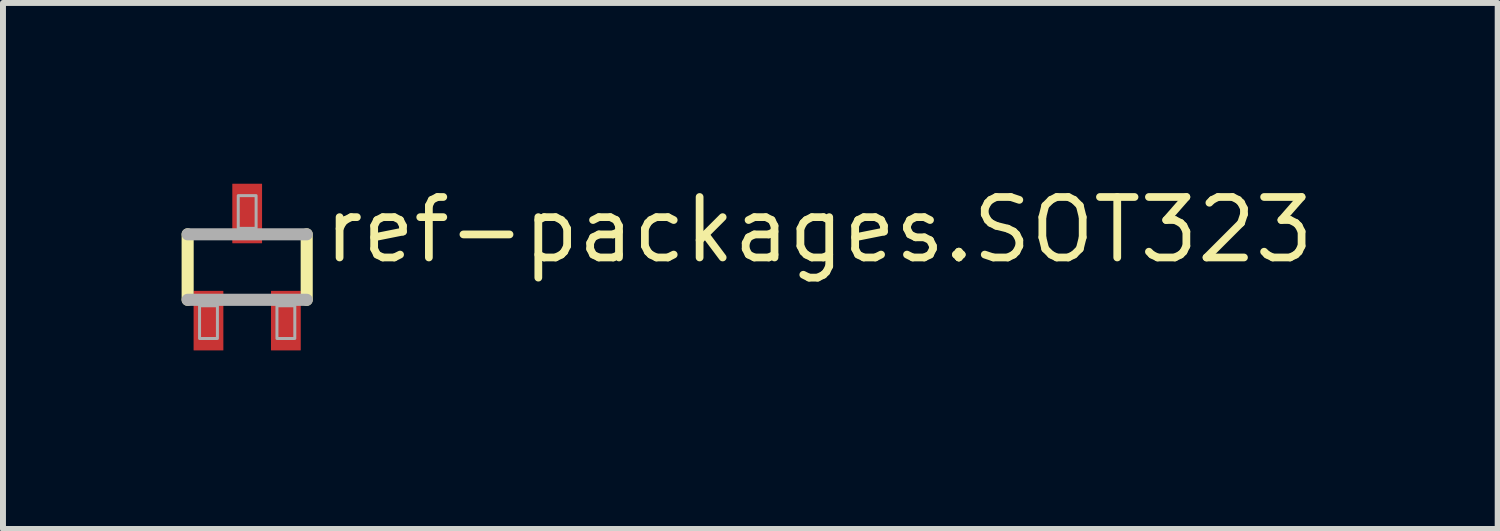
<source format=kicad_pcb>
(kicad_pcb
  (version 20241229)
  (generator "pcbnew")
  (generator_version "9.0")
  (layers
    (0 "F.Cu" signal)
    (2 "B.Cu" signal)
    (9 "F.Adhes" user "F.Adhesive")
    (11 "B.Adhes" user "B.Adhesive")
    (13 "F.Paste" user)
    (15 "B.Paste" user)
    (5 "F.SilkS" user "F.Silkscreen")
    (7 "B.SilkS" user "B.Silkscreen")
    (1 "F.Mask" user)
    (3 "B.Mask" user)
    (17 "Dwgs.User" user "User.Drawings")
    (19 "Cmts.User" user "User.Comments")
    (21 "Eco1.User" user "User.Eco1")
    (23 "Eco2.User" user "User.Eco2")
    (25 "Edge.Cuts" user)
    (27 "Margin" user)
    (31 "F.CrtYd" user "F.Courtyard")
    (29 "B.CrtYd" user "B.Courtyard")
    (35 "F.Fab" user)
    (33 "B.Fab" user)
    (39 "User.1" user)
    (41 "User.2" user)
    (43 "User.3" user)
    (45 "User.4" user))
  (footprint "ref-packages.SOT323"
    (layer "F.Cu")
    (at 1.102 1.436)
    (property "Reference" "ref-packages.SOT323" (at 1.225 -0.03 0) (layer "F.SilkS") (effects (font (size 1.016 1.016) (thickness 0.13)) (justify left bottom)))
    (attr smd)
    (fp_line (start -1 -0.55) (end -1 0.55) (stroke (width 0.203) (type default)) (layer "F.SilkS"))
    (fp_line (start 1 0.55) (end 1 -0.55) (stroke (width 0.203) (type default)) (layer "F.SilkS"))
    (fp_line (start -1 0.55) (end 1 0.55) (stroke (width 0.203) (type default)) (layer "F.Fab"))
    (fp_line (start 1 -0.55) (end -1 -0.55) (stroke (width 0.203) (type default)) (layer "F.Fab"))
    (fp_rect (start -0.8 1.2) (end -0.5 0.65) (stroke (width 0.05) (type default)) (fill no) (layer "F.Fab"))
    (fp_rect (start -0.15 -0.65) (end 0.15 -1.2) (stroke (width 0.05) (type default)) (fill no) (layer "F.Fab"))
    (fp_rect (start 0.5 1.2) (end 0.8 0.65) (stroke (width 0.05) (type default)) (fill no) (layer "F.Fab"))
    (pad "1" smd roundrect (at 0 -0.9) (size 0.5 1) (layers "F.Cu" "F.Mask" "F.Paste") (roundrect_rratio 0.01))
    (pad "2" smd roundrect (at -0.65 0.9) (size 0.5 1) (layers "F.Cu" "F.Mask" "F.Paste") (roundrect_rratio 0.01))
    (pad "3" smd roundrect (at 0.65 0.9) (size 0.5 1) (layers "F.Cu" "F.Mask" "F.Paste") (roundrect_rratio 0.01)))
  (gr_rect
    (start -3 -3)
    (end 22.108 5.836)
    (stroke (width 0.1) (type default))
    (fill no)
    (layer "Edge.Cuts")))
</source>
